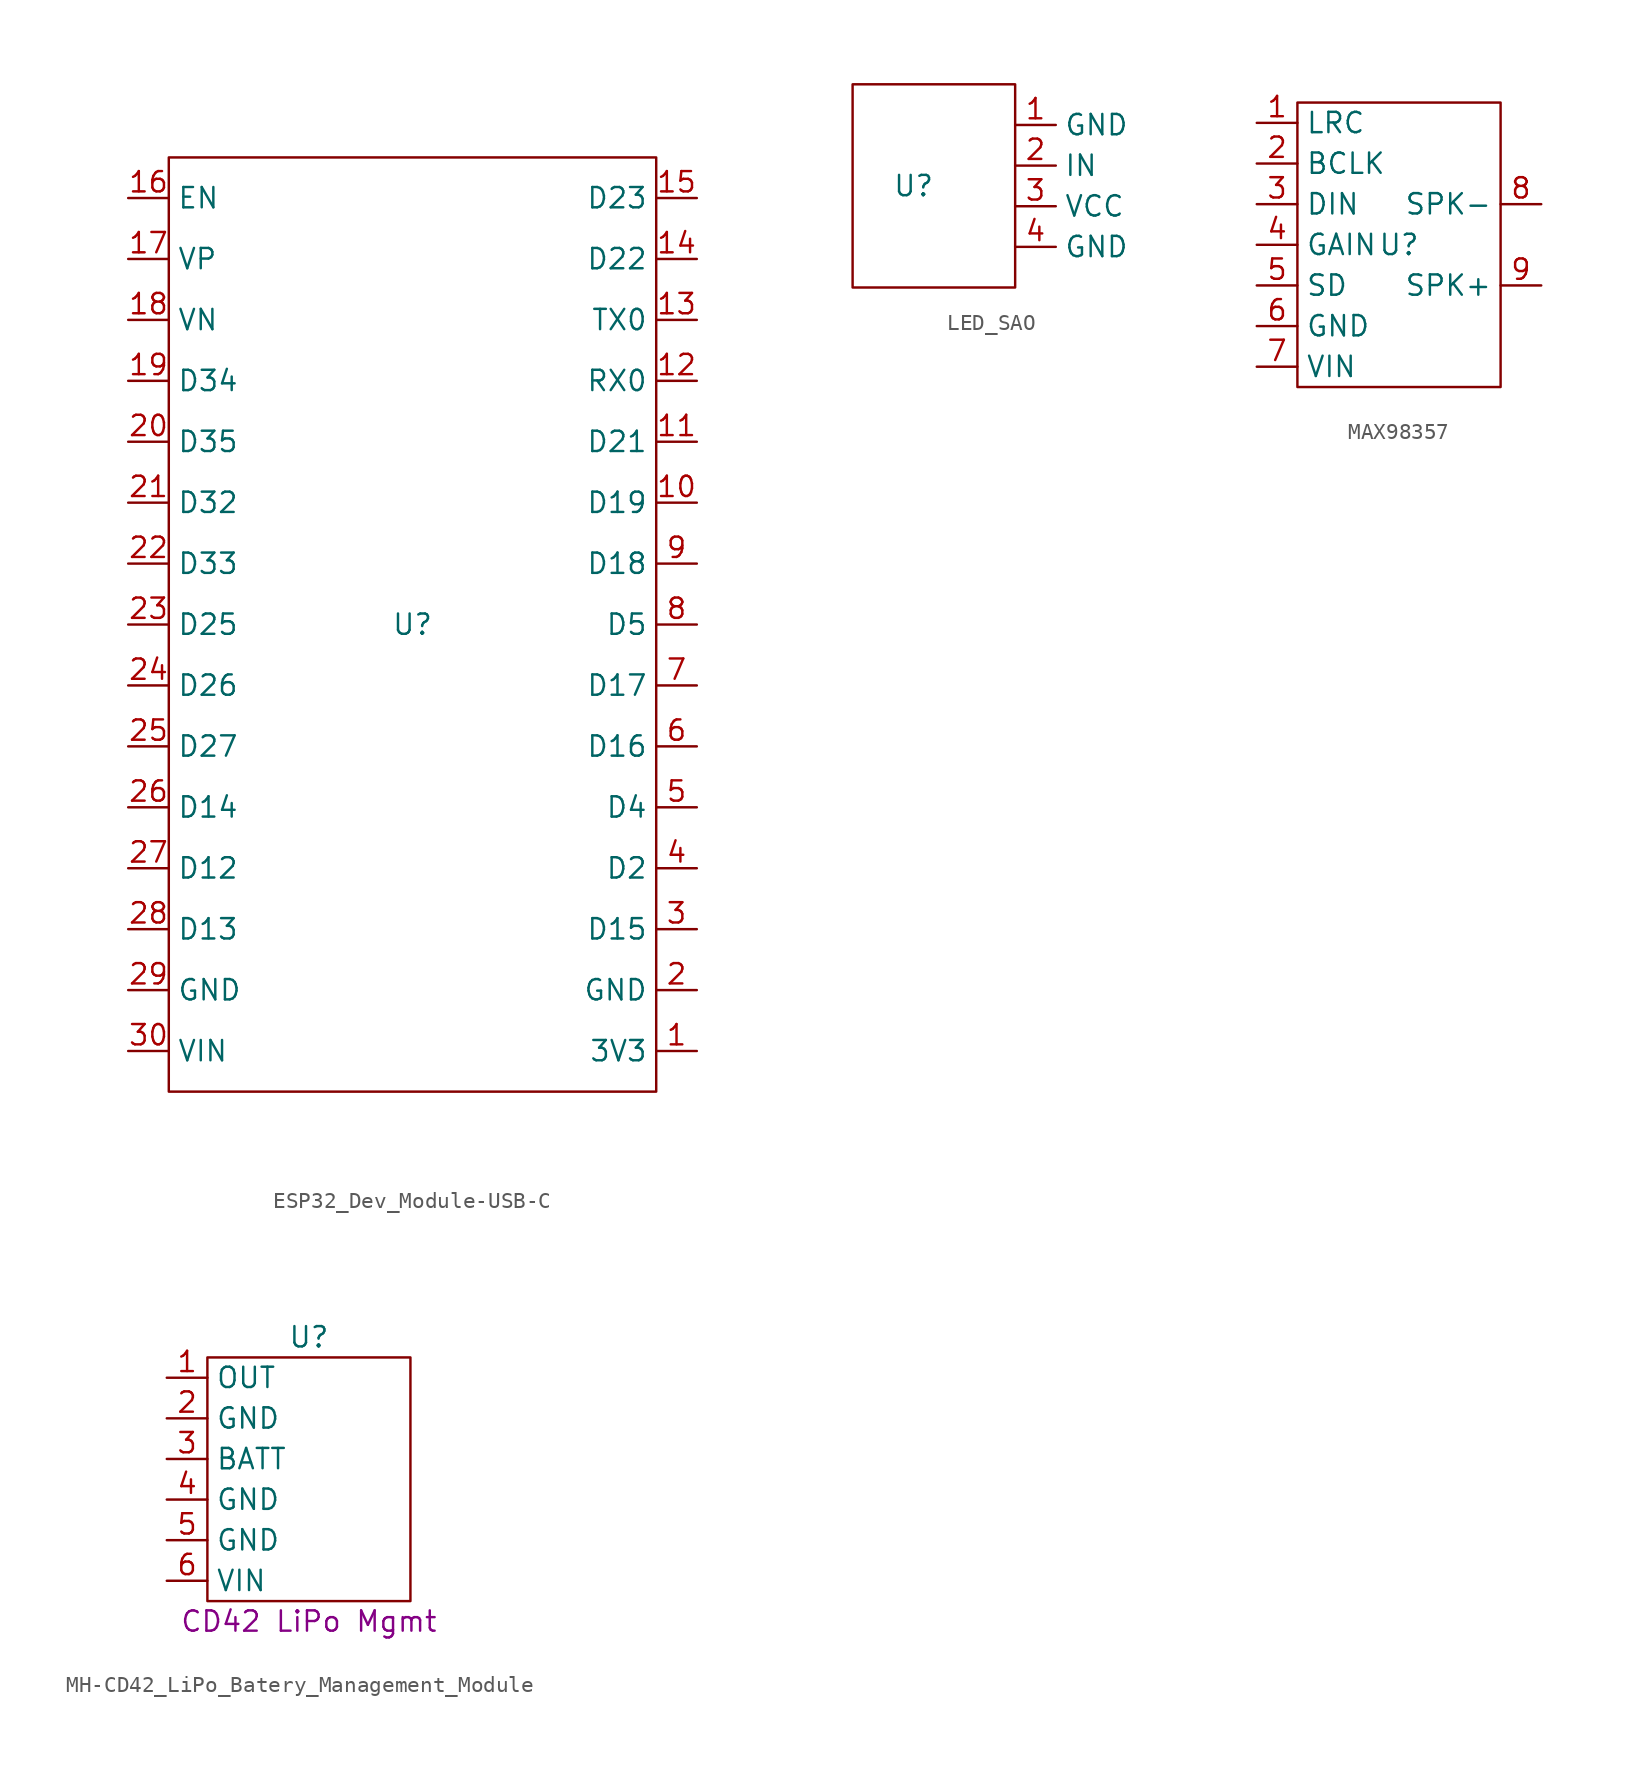
<source format=kicad_sym>
(kicad_symbol_lib
  (version 20220914)
  (generator kicad_symbol_editor)
  (symbol "ESP32_Dev_Module-USB-C"
    (property "Reference" "U"
      (at 0 0 0)
      (effects (font (size 1.27 1.27))))
    (property "Value" ""
      (at 0 0 0)
      (effects (font (size 1.27 1.27))))
    (symbol "ESP32_Dev_Module-USB-C_0_1"
      (rectangle (start -15.24 29.21) (end 15.24 -29.21) (stroke (width 0) (type default)) (fill (type none))))
    (symbol "ESP32_Dev_Module-USB-C_1_1"
      (pin power_in line (at 17.78 -26.67 180) (length 2.54) (name "3V3" (effects (font (size 1.27 1.27)))) (number "1" (effects (font (size 1.27 1.27)))))
      (pin bidirectional line (at 17.78 7.62 180) (length 2.54) (name "D19" (effects (font (size 1.27 1.27)))) (number "10" (effects (font (size 1.27 1.27)))))
      (pin bidirectional line (at 17.78 11.43 180) (length 2.54) (name "D21" (effects (font (size 1.27 1.27)))) (number "11" (effects (font (size 1.27 1.27)))))
      (pin bidirectional line (at 17.78 15.24 180) (length 2.54) (name "RX0" (effects (font (size 1.27 1.27)))) (number "12" (effects (font (size 1.27 1.27)))))
      (pin bidirectional line (at 17.78 19.05 180) (length 2.54) (name "TX0" (effects (font (size 1.27 1.27)))) (number "13" (effects (font (size 1.27 1.27)))))
      (pin bidirectional line (at 17.78 22.86 180) (length 2.54) (name "D22" (effects (font (size 1.27 1.27)))) (number "14" (effects (font (size 1.27 1.27)))))
      (pin bidirectional line (at 17.78 26.67 180) (length 2.54) (name "D23" (effects (font (size 1.27 1.27)))) (number "15" (effects (font (size 1.27 1.27)))))
      (pin input line (at -17.78 26.67 0) (length 2.54) (name "EN" (effects (font (size 1.27 1.27)))) (number "16" (effects (font (size 1.27 1.27)))))
      (pin power_in line (at -17.78 22.86 0) (length 2.54) (name "VP" (effects (font (size 1.27 1.27)))) (number "17" (effects (font (size 1.27 1.27)))))
      (pin power_in line (at -17.78 19.05 0) (length 2.54) (name "VN" (effects (font (size 1.27 1.27)))) (number "18" (effects (font (size 1.27 1.27)))))
      (pin bidirectional line (at -17.78 15.24 0) (length 2.54) (name "D34" (effects (font (size 1.27 1.27)))) (number "19" (effects (font (size 1.27 1.27)))))
      (pin power_in line (at 17.78 -22.86 180) (length 2.54) (name "GND" (effects (font (size 1.27 1.27)))) (number "2" (effects (font (size 1.27 1.27)))))
      (pin bidirectional line (at -17.78 11.43 0) (length 2.54) (name "D35" (effects (font (size 1.27 1.27)))) (number "20" (effects (font (size 1.27 1.27)))))
      (pin bidirectional line (at -17.78 7.62 0) (length 2.54) (name "D32" (effects (font (size 1.27 1.27)))) (number "21" (effects (font (size 1.27 1.27)))))
      (pin bidirectional line (at -17.78 3.81 0) (length 2.54) (name "D33" (effects (font (size 1.27 1.27)))) (number "22" (effects (font (size 1.27 1.27)))))
      (pin bidirectional line (at -17.78 0 0) (length 2.54) (name "D25" (effects (font (size 1.27 1.27)))) (number "23" (effects (font (size 1.27 1.27)))))
      (pin bidirectional line (at -17.78 -3.81 0) (length 2.54) (name "D26" (effects (font (size 1.27 1.27)))) (number "24" (effects (font (size 1.27 1.27)))))
      (pin bidirectional line (at -17.78 -7.62 0) (length 2.54) (name "D27" (effects (font (size 1.27 1.27)))) (number "25" (effects (font (size 1.27 1.27)))))
      (pin bidirectional line (at -17.78 -11.43 0) (length 2.54) (name "D14" (effects (font (size 1.27 1.27)))) (number "26" (effects (font (size 1.27 1.27)))))
      (pin bidirectional line (at -17.78 -15.24 0) (length 2.54) (name "D12" (effects (font (size 1.27 1.27)))) (number "27" (effects (font (size 1.27 1.27)))))
      (pin bidirectional line (at -17.78 -19.05 0) (length 2.54) (name "D13" (effects (font (size 1.27 1.27)))) (number "28" (effects (font (size 1.27 1.27)))))
      (pin power_in line (at -17.78 -22.86 0) (length 2.54) (name "GND" (effects (font (size 1.27 1.27)))) (number "29" (effects (font (size 1.27 1.27)))))
      (pin bidirectional line (at 17.78 -19.05 180) (length 2.54) (name "D15" (effects (font (size 1.27 1.27)))) (number "3" (effects (font (size 1.27 1.27)))))
      (pin power_in line (at -17.78 -26.67 0) (length 2.54) (name "VIN" (effects (font (size 1.27 1.27)))) (number "30" (effects (font (size 1.27 1.27)))))
      (pin bidirectional line (at 17.78 -15.24 180) (length 2.54) (name "D2" (effects (font (size 1.27 1.27)))) (number "4" (effects (font (size 1.27 1.27)))))
      (pin bidirectional line (at 17.78 -11.43 180) (length 2.54) (name "D4" (effects (font (size 1.27 1.27)))) (number "5" (effects (font (size 1.27 1.27)))))
      (pin bidirectional line (at 17.78 -7.62 180) (length 2.54) (name "D16" (effects (font (size 1.27 1.27)))) (number "6" (effects (font (size 1.27 1.27)))))
      (pin bidirectional line (at 17.78 -3.81 180) (length 2.54) (name "D17" (effects (font (size 1.27 1.27)))) (number "7" (effects (font (size 1.27 1.27)))))
      (pin bidirectional line (at 17.78 0 180) (length 2.54) (name "D5" (effects (font (size 1.27 1.27)))) (number "8" (effects (font (size 1.27 1.27)))))
      (pin bidirectional line (at 17.78 3.81 180) (length 2.54) (name "D18" (effects (font (size 1.27 1.27)))) (number "9" (effects (font (size 1.27 1.27)))))))
  (symbol "LED_SAO"
    (property "Reference" "U"
      (at 0 0 0)
      (effects (font (size 1.27 1.27))))
    (property "Value" ""
      (at 0 0 0)
      (effects (font (size 1.27 1.27))))
    (symbol "LED_SAO_0_1"
      (rectangle (start -3.81 6.35) (end 6.35 -6.35) (stroke (width 0) (type default)) (fill (type none))))
    (symbol "LED_SAO_1_1"
      (pin power_in line (at 6.35 3.81 0) (length 2.54) (name "GND" (effects (font (size 1.27 1.27)))) (number "1" (effects (font (size 1.27 1.27)))))
      (pin input line (at 6.35 1.27 0) (length 2.54) (name "IN" (effects (font (size 1.27 1.27)))) (number "2" (effects (font (size 1.27 1.27)))))
      (pin power_in line (at 6.35 -1.27 0) (length 2.54) (name "VCC" (effects (font (size 1.27 1.27)))) (number "3" (effects (font (size 1.27 1.27)))))
      (pin power_in line (at 6.35 -3.81 0) (length 2.54) (name "GND" (effects (font (size 1.27 1.27)))) (number "4" (effects (font (size 1.27 1.27)))))))
  (symbol "MAX98357"
    (property "Reference" "U"
      (at 0 0 0)
      (effects (font (size 1.27 1.27))))
    (property "Value" ""
      (at 0 0 0)
      (effects (font (size 1.27 1.27))))
    (symbol "MAX98357_0_1"
      (rectangle (start -6.35 8.89) (end 6.35 -8.89) (stroke (width 0) (type default)) (fill (type none))))
    (symbol "MAX98357_1_1"
      (pin input line (at -8.89 7.62 0) (length 2.54) (name "LRC" (effects (font (size 1.27 1.27)))) (number "1" (effects (font (size 1.27 1.27)))))
      (pin input line (at -8.89 5.08 0) (length 2.54) (name "BCLK" (effects (font (size 1.27 1.27)))) (number "2" (effects (font (size 1.27 1.27)))))
      (pin input line (at -8.89 2.54 0) (length 2.54) (name "DIN" (effects (font (size 1.27 1.27)))) (number "3" (effects (font (size 1.27 1.27)))))
      (pin input line (at -8.89 0 0) (length 2.54) (name "GAIN" (effects (font (size 1.27 1.27)))) (number "4" (effects (font (size 1.27 1.27)))))
      (pin input line (at -8.89 -2.54 0) (length 2.54) (name "SD" (effects (font (size 1.27 1.27)))) (number "5" (effects (font (size 1.27 1.27)))))
      (pin power_in line (at -8.89 -5.08 0) (length 2.54) (name "GND" (effects (font (size 1.27 1.27)))) (number "6" (effects (font (size 1.27 1.27)))))
      (pin power_in line (at -8.89 -7.62 0) (length 2.54) (name "VIN" (effects (font (size 1.27 1.27)))) (number "7" (effects (font (size 1.27 1.27)))))
      (pin output line (at 8.89 2.54 180) (length 2.54) (name "SPK-" (effects (font (size 1.27 1.27)))) (number "8" (effects (font (size 1.27 1.27)))))
      (pin output line (at 8.89 -2.54 180) (length 2.54) (name "SPK+" (effects (font (size 1.27 1.27)))) (number "9" (effects (font (size 1.27 1.27)))))))
  (symbol "MH-CD42_LiPo_Batery_Management_Module"
    (property "Reference" "U"
      (at 0 8.89 0)
      (effects (font (size 1.27 1.27))))
    (property "Footprint" "CD42 LiPo Mgmt"
      (at 0 -8.89 0)
      (effects (font (size 1.27 1.27))))
    (symbol "MH-CD42_LiPo_Batery_Management_Module_0_1"
      (rectangle (start -6.35 7.62) (end 6.35 -7.62) (stroke (width 0) (type default)) (fill (type none))))
    (symbol "MH-CD42_LiPo_Batery_Management_Module_1_1"
      (pin power_out line (at -8.89 6.35 0) (length 2.54) (name "OUT" (effects (font (size 1.27 1.27)))) (number "1" (effects (font (size 1.27 1.27)))))
      (pin power_in line (at -8.89 3.81 0) (length 2.54) (name "GND" (effects (font (size 1.27 1.27)))) (number "2" (effects (font (size 1.27 1.27)))))
      (pin power_in line (at -8.89 1.27 0) (length 2.54) (name "BATT" (effects (font (size 1.27 1.27)))) (number "3" (effects (font (size 1.27 1.27)))))
      (pin power_in line (at -8.89 -1.27 0) (length 2.54) (name "GND" (effects (font (size 1.27 1.27)))) (number "4" (effects (font (size 1.27 1.27)))))
      (pin power_in line (at -8.89 -3.81 0) (length 2.54) (name "GND" (effects (font (size 1.27 1.27)))) (number "5" (effects (font (size 1.27 1.27)))))
      (pin power_in line (at -8.89 -6.35 0) (length 2.54) (name "VIN" (effects (font (size 1.27 1.27)))) (number "6" (effects (font (size 1.27 1.27))))))))
</source>
